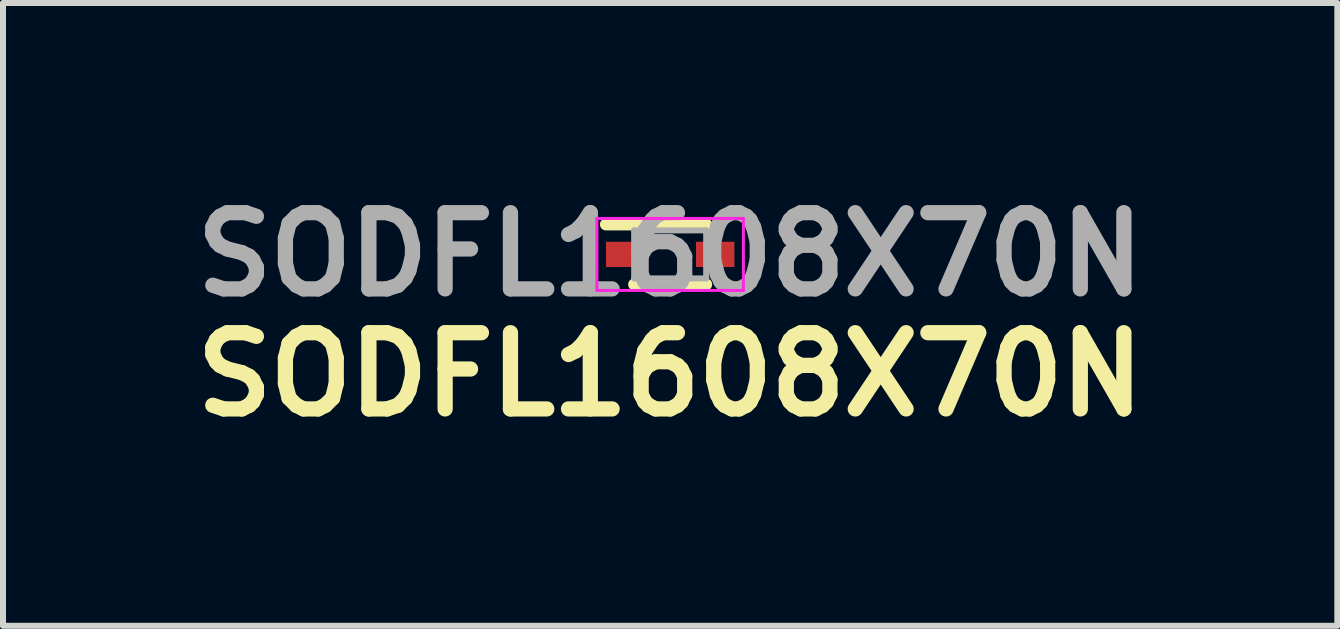
<source format=kicad_pcb>
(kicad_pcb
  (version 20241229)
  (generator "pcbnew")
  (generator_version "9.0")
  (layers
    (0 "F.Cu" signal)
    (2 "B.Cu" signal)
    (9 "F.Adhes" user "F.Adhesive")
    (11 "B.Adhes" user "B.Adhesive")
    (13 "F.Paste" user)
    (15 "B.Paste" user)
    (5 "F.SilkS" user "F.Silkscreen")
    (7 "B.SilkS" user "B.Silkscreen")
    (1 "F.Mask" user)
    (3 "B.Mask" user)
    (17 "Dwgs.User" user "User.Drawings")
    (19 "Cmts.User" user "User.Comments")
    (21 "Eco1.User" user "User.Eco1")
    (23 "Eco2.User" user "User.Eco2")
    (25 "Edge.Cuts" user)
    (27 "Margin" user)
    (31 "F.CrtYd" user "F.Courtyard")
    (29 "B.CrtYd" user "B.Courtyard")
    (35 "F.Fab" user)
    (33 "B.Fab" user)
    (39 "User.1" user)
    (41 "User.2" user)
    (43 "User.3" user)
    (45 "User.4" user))
  (footprint "SODFL1608X70N"
    (layer "F.Cu")
    (at 8.116 1.189)
    (property "Reference" "SODFL1608X70N" (at 0 2 0) (layer "F.SilkS") (effects (font (size 1.27 1.27) (thickness 0.254))))
    (attr smd)
    (fp_line (start -1.07 -0.5) (end 0.6 -0.5) (stroke (width 0.2) (type solid)) (layer "F.SilkS"))
    (fp_line (start -0.6 0.5) (end 0.6 0.5) (stroke (width 0.2) (type solid)) (layer "F.SilkS"))
    (fp_line (start -1.22 -0.6) (end 1.22 -0.6) (stroke (width 0.05) (type solid)) (layer "F.CrtYd"))
    (fp_line (start -1.22 0.6) (end -1.22 -0.6) (stroke (width 0.05) (type solid)) (layer "F.CrtYd"))
    (fp_line (start 1.22 -0.6) (end 1.22 0.6) (stroke (width 0.05) (type solid)) (layer "F.CrtYd"))
    (fp_line (start 1.22 0.6) (end -1.22 0.6) (stroke (width 0.05) (type solid)) (layer "F.CrtYd"))
    (fp_line (start -0.6 -0.4) (end 0.6 -0.4) (stroke (width 0.1) (type solid)) (layer "F.Fab"))
    (fp_line (start -0.6 -0.08) (end -0.28 -0.4) (stroke (width 0.1) (type solid)) (layer "F.Fab"))
    (fp_line (start -0.6 0.4) (end -0.6 -0.4) (stroke (width 0.1) (type solid)) (layer "F.Fab"))
    (fp_line (start 0.6 -0.4) (end 0.6 0.4) (stroke (width 0.1) (type solid)) (layer "F.Fab"))
    (fp_line (start 0.6 0.4) (end -0.6 0.4) (stroke (width 0.1) (type solid)) (layer "F.Fab"))
    (fp_text user "${REFERENCE}" (at 0 0 0) (layer "F.Fab") (effects (font (size 1.27 1.27) (thickness 0.254))))
    (pad "1" smd rect (at -0.75 0 90) (size 0.42 0.64) (layers "F.Cu" "F.Mask" "F.Paste"))
    (pad "2" smd rect (at 0.75 0 90) (size 0.42 0.64) (layers "F.Cu" "F.Mask" "F.Paste")))
  (gr_rect
    (start -3 -3)
    (end 19.232 7.377)
    (stroke (width 0.1) (type default))
    (fill no)
    (layer "Edge.Cuts")))
</source>
